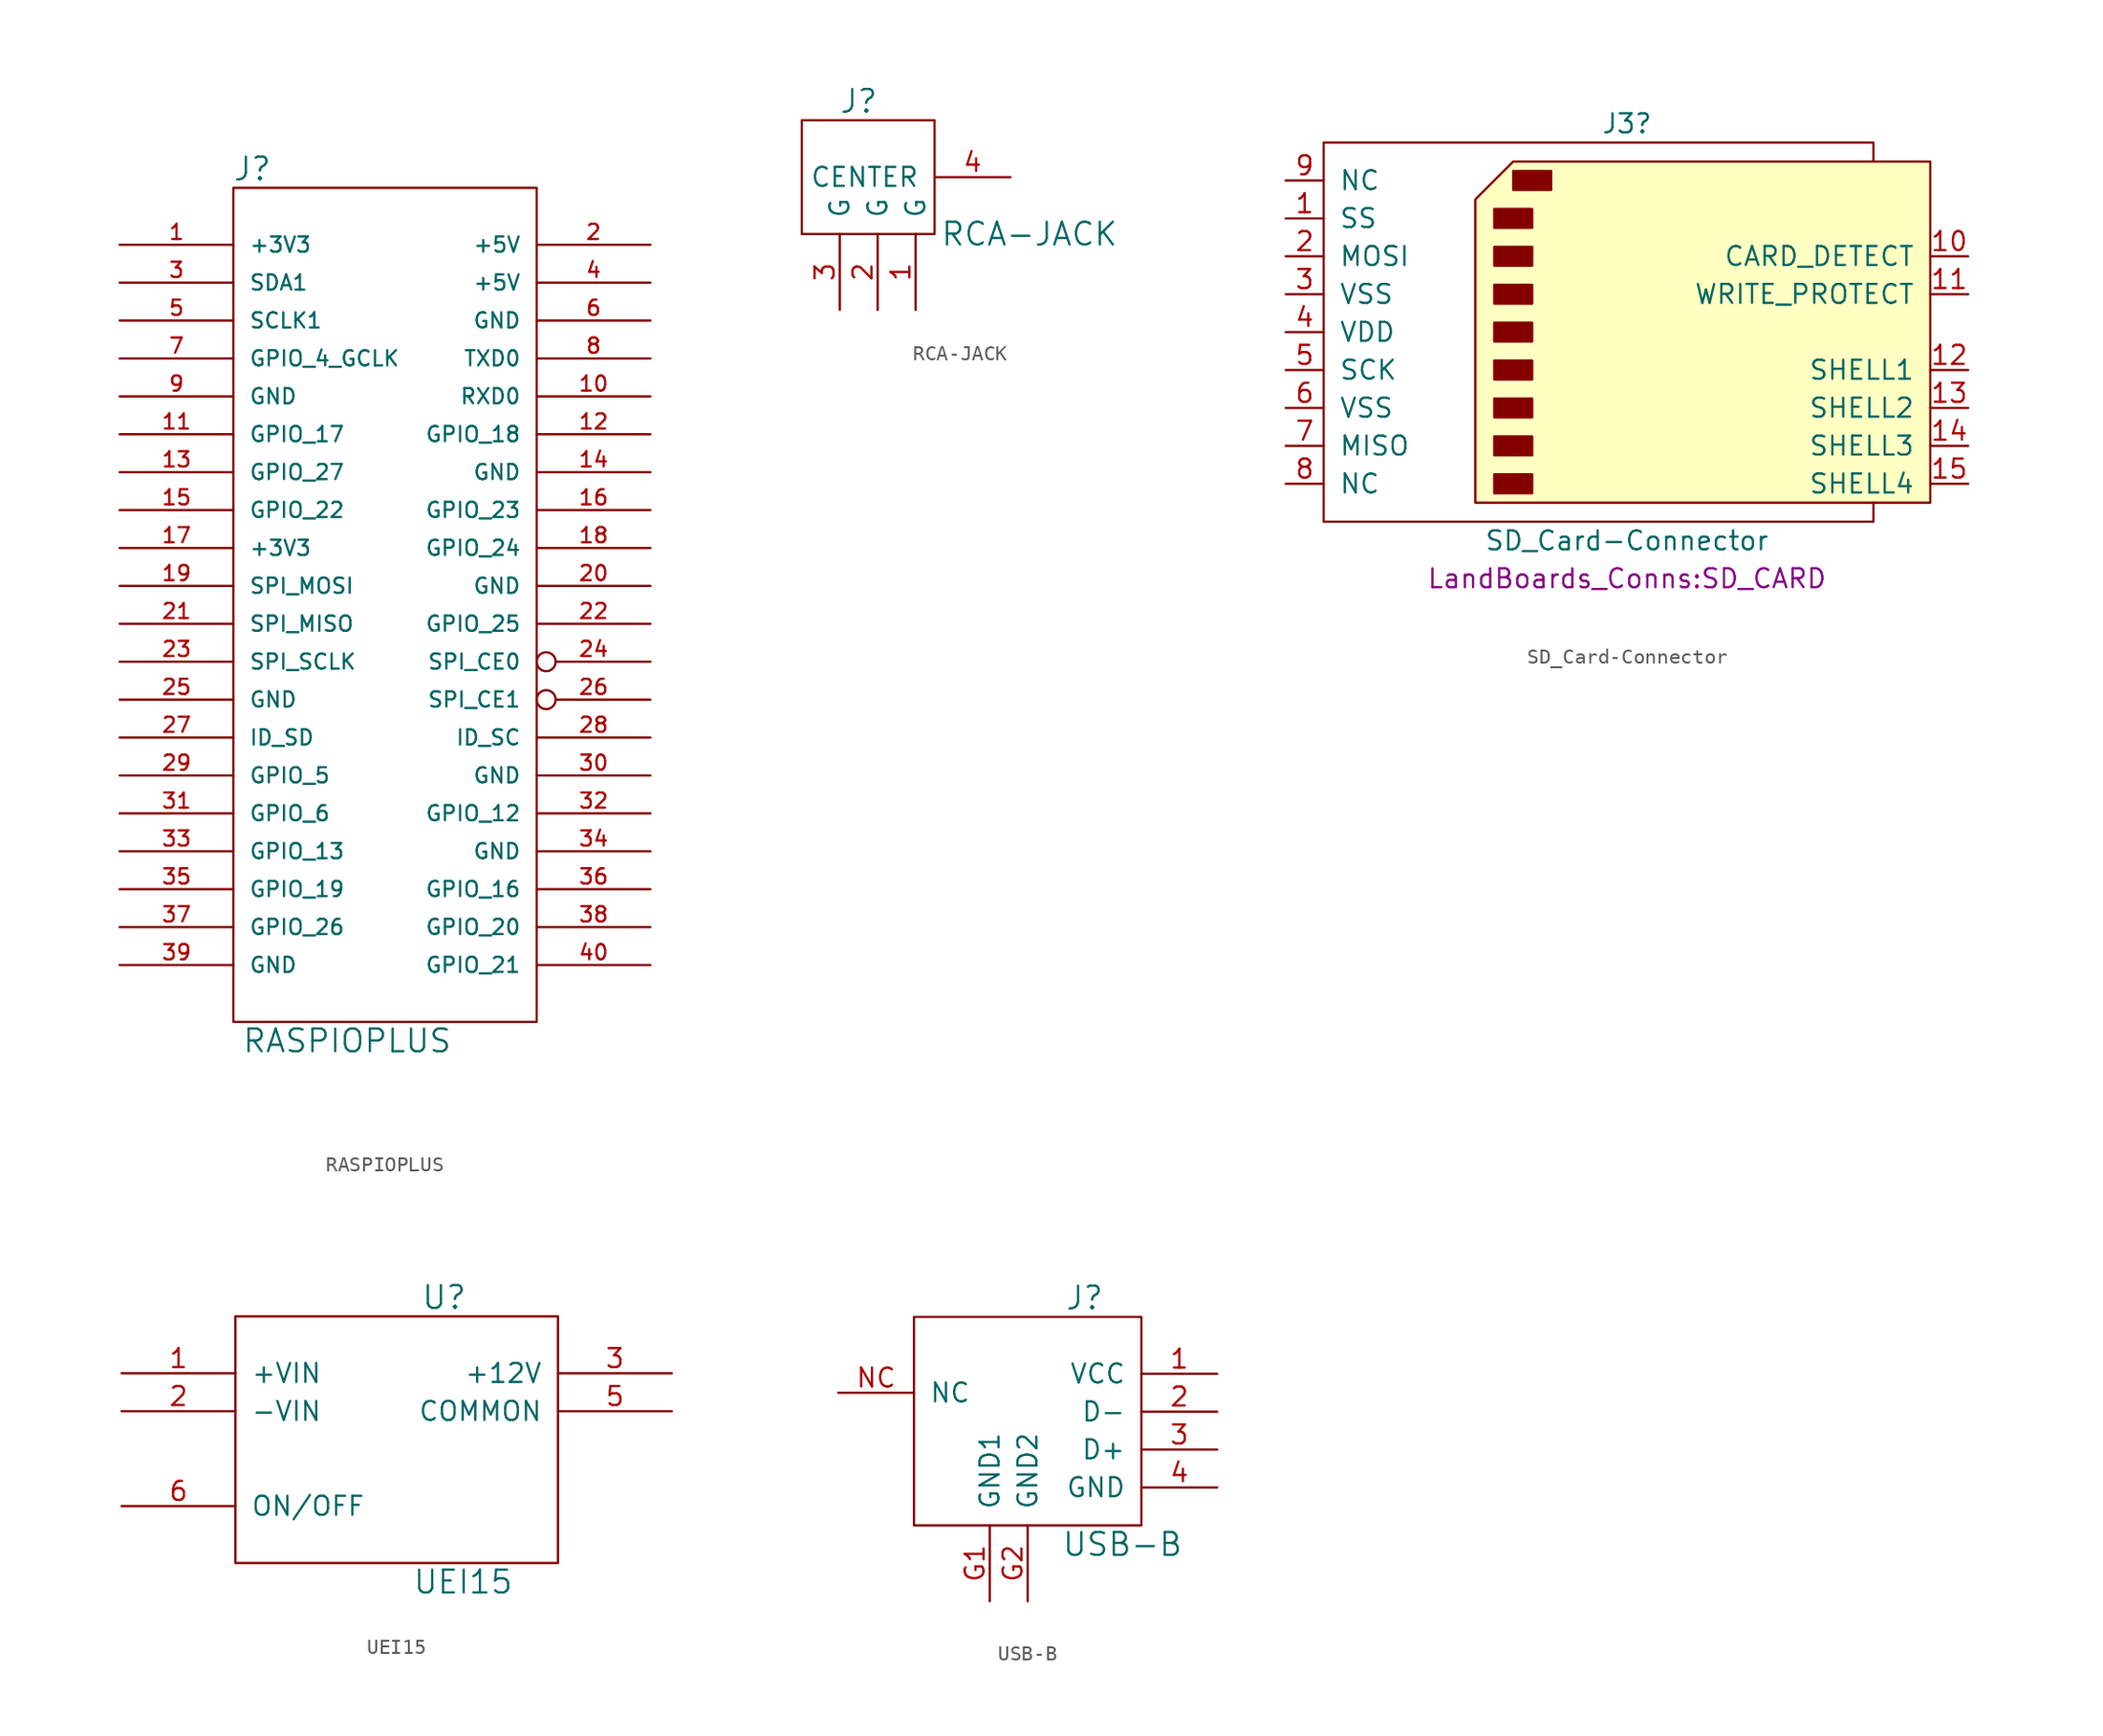
<source format=kicad_sym>
(kicad_symbol_lib
  (version 20211014)
  (generator kicad_symbol_editor)
  (symbol "RASPIOPLUS"
    (pin_names
      (offset 1.016))
    (property "Reference" "J"
      (at -8.89 29.21 0)
      (effects (font (size 1.524 1.524))))
    (property "Value" "RASPIOPLUS"
      (at -2.54 -29.21 0)
      (effects (font (size 1.524 1.524))))
    (property "Footprint" ""
      (at 0 8.89 0)
      (effects (font (size 1.524 1.524))))
    (property "Datasheet" ""
      (at 0 8.89 0)
      (effects (font (size 1.524 1.524))))
    (symbol "RASPIOPLUS_0_1"
      (rectangle (start -10.16 27.94) (end 10.16 -27.94) (stroke (width 0) (type default) (color 0 0 0 0)) (fill (type none))))
    (symbol "RASPIOPLUS_1_1"
      (pin power_out line (at -17.78 24.13 0) (length 7.62) (name "+3V3" (effects (font (size 1.016 1.016)))) (number "1" (effects (font (size 1.016 1.016)))))
      (pin input line (at 17.78 13.97 180) (length 7.62) (name "RXD0" (effects (font (size 1.016 1.016)))) (number "10" (effects (font (size 1.016 1.016)))))
      (pin bidirectional line (at -17.78 11.43 0) (length 7.62) (name "GPIO_17" (effects (font (size 1.016 1.016)))) (number "11" (effects (font (size 1.016 1.016)))))
      (pin bidirectional line (at 17.78 11.43 180) (length 7.62) (name "GPIO_18" (effects (font (size 1.016 1.016)))) (number "12" (effects (font (size 1.016 1.016)))))
      (pin bidirectional line (at -17.78 8.89 0) (length 7.62) (name "GPIO_27" (effects (font (size 1.016 1.016)))) (number "13" (effects (font (size 1.016 1.016)))))
      (pin power_out line (at 17.78 8.89 180) (length 7.62) (name "GND" (effects (font (size 1.016 1.016)))) (number "14" (effects (font (size 1.016 1.016)))))
      (pin bidirectional line (at -17.78 6.35 0) (length 7.62) (name "GPIO_22" (effects (font (size 1.016 1.016)))) (number "15" (effects (font (size 1.016 1.016)))))
      (pin bidirectional line (at 17.78 6.35 180) (length 7.62) (name "GPIO_23" (effects (font (size 1.016 1.016)))) (number "16" (effects (font (size 1.016 1.016)))))
      (pin power_out line (at -17.78 3.81 0) (length 7.62) (name "+3V3" (effects (font (size 1.016 1.016)))) (number "17" (effects (font (size 1.016 1.016)))))
      (pin bidirectional line (at 17.78 3.81 180) (length 7.62) (name "GPIO_24" (effects (font (size 1.016 1.016)))) (number "18" (effects (font (size 1.016 1.016)))))
      (pin output line (at -17.78 1.27 0) (length 7.62) (name "SPI_MOSI" (effects (font (size 1.016 1.016)))) (number "19" (effects (font (size 1.016 1.016)))))
      (pin power_out line (at 17.78 24.13 180) (length 7.62) (name "+5V" (effects (font (size 1.016 1.016)))) (number "2" (effects (font (size 1.016 1.016)))))
      (pin power_out line (at 17.78 1.27 180) (length 7.62) (name "GND" (effects (font (size 1.016 1.016)))) (number "20" (effects (font (size 1.016 1.016)))))
      (pin input line (at -17.78 -1.27 0) (length 7.62) (name "SPI_MISO" (effects (font (size 1.016 1.016)))) (number "21" (effects (font (size 1.016 1.016)))))
      (pin output line (at 17.78 -1.27 180) (length 7.62) (name "GPIO_25" (effects (font (size 1.016 1.016)))) (number "22" (effects (font (size 1.016 1.016)))))
      (pin output line (at -17.78 -3.81 0) (length 7.62) (name "SPI_SCLK" (effects (font (size 1.016 1.016)))) (number "23" (effects (font (size 1.016 1.016)))))
      (pin output inverted (at 17.78 -3.81 180) (length 7.62) (name "SPI_CE0" (effects (font (size 1.016 1.016)))) (number "24" (effects (font (size 1.016 1.016)))))
      (pin power_out line (at -17.78 -6.35 0) (length 7.62) (name "GND" (effects (font (size 1.016 1.016)))) (number "25" (effects (font (size 1.016 1.016)))))
      (pin bidirectional inverted (at 17.78 -6.35 180) (length 7.62) (name "SPI_CE1" (effects (font (size 1.016 1.016)))) (number "26" (effects (font (size 1.016 1.016)))))
      (pin power_out line (at -17.78 -8.89 0) (length 7.62) (name "ID_SD" (effects (font (size 1.016 1.016)))) (number "27" (effects (font (size 1.016 1.016)))))
      (pin bidirectional line (at 17.78 -8.89 180) (length 7.62) (name "ID_SC" (effects (font (size 1.016 1.016)))) (number "28" (effects (font (size 1.016 1.016)))))
      (pin power_out line (at -17.78 -11.43 0) (length 7.62) (name "GPIO_5" (effects (font (size 1.016 1.016)))) (number "29" (effects (font (size 1.016 1.016)))))
      (pin bidirectional line (at -17.78 21.59 0) (length 7.62) (name "SDA1" (effects (font (size 1.016 1.016)))) (number "3" (effects (font (size 1.016 1.016)))))
      (pin power_out line (at 17.78 -11.43 180) (length 7.62) (name "GND" (effects (font (size 1.016 1.016)))) (number "30" (effects (font (size 1.016 1.016)))))
      (pin bidirectional line (at -17.78 -13.97 0) (length 7.62) (name "GPIO_6" (effects (font (size 1.016 1.016)))) (number "31" (effects (font (size 1.016 1.016)))))
      (pin bidirectional line (at 17.78 -13.97 180) (length 7.62) (name "GPIO_12" (effects (font (size 1.016 1.016)))) (number "32" (effects (font (size 1.016 1.016)))))
      (pin bidirectional line (at -17.78 -16.51 0) (length 7.62) (name "GPIO_13" (effects (font (size 1.016 1.016)))) (number "33" (effects (font (size 1.016 1.016)))))
      (pin power_out line (at 17.78 -16.51 180) (length 7.62) (name "GND" (effects (font (size 1.016 1.016)))) (number "34" (effects (font (size 1.016 1.016)))))
      (pin bidirectional line (at -17.78 -19.05 0) (length 7.62) (name "GPIO_19" (effects (font (size 1.016 1.016)))) (number "35" (effects (font (size 1.016 1.016)))))
      (pin bidirectional line (at 17.78 -19.05 180) (length 7.62) (name "GPIO_16" (effects (font (size 1.016 1.016)))) (number "36" (effects (font (size 1.016 1.016)))))
      (pin power_out line (at -17.78 -21.59 0) (length 7.62) (name "GPIO_26" (effects (font (size 1.016 1.016)))) (number "37" (effects (font (size 1.016 1.016)))))
      (pin bidirectional line (at 17.78 -21.59 180) (length 7.62) (name "GPIO_20" (effects (font (size 1.016 1.016)))) (number "38" (effects (font (size 1.016 1.016)))))
      (pin power_out line (at -17.78 -24.13 0) (length 7.62) (name "GND" (effects (font (size 1.016 1.016)))) (number "39" (effects (font (size 1.016 1.016)))))
      (pin power_out line (at 17.78 21.59 180) (length 7.62) (name "+5V" (effects (font (size 1.016 1.016)))) (number "4" (effects (font (size 1.016 1.016)))))
      (pin bidirectional line (at 17.78 -24.13 180) (length 7.62) (name "GPIO_21" (effects (font (size 1.016 1.016)))) (number "40" (effects (font (size 1.016 1.016)))))
      (pin output line (at -17.78 19.05 0) (length 7.62) (name "SCLK1" (effects (font (size 1.016 1.016)))) (number "5" (effects (font (size 1.016 1.016)))))
      (pin power_out line (at 17.78 19.05 180) (length 7.62) (name "GND" (effects (font (size 1.016 1.016)))) (number "6" (effects (font (size 1.016 1.016)))))
      (pin output line (at -17.78 16.51 0) (length 7.62) (name "GPIO_4_GCLK" (effects (font (size 1.016 1.016)))) (number "7" (effects (font (size 1.016 1.016)))))
      (pin output line (at 17.78 16.51 180) (length 7.62) (name "TXD0" (effects (font (size 1.016 1.016)))) (number "8" (effects (font (size 1.016 1.016)))))
      (pin power_out line (at -17.78 13.97 0) (length 7.62) (name "GND" (effects (font (size 1.016 1.016)))) (number "9" (effects (font (size 1.016 1.016)))))))
  (symbol "RCA-JACK"
    (pin_names
      (offset 1.016))
    (property "Reference" "J"
      (at 0 6.35 0)
      (effects (font (size 1.524 1.524))))
    (property "Value" "RCA-JACK"
      (at 11.43 -2.54 0)
      (effects (font (size 1.524 1.524))))
    (property "Footprint" ""
      (at 0 0 0)
      (effects (font (size 1.524 1.524))))
    (property "Datasheet" ""
      (at 0 0 0)
      (effects (font (size 1.524 1.524))))
    (symbol "RCA-JACK_0_1"
      (rectangle (start -3.81 -2.54) (end 5.08 5.08) (stroke (width 0) (type default) (color 0 0 0 0)) (fill (type none))))
    (symbol "RCA-JACK_1_1"
      (pin power_in line (at 3.81 -7.62 90) (length 5.08) (name "G" (effects (font (size 1.27 1.27)))) (number "1" (effects (font (size 1.27 1.27)))))
      (pin power_in line (at 1.27 -7.62 90) (length 5.08) (name "G" (effects (font (size 1.27 1.27)))) (number "2" (effects (font (size 1.27 1.27)))))
      (pin power_in line (at -1.27 -7.62 90) (length 5.08) (name "G" (effects (font (size 1.27 1.27)))) (number "3" (effects (font (size 1.27 1.27)))))
      (pin passive line (at 10.16 1.27 180) (length 5.08) (name "CENTER" (effects (font (size 1.27 1.27)))) (number "4" (effects (font (size 1.27 1.27)))))))
  (symbol "SD_Card-Connector"
    (pin_names
      (offset 1.016))
    (property "Reference" "J3"
      (at 0 13.97 0)
      (effects (font (size 1.27 1.27))))
    (property "Value" "SD_Card-Connector"
      (at 0 -13.97 0)
      (effects (font (size 1.27 1.27))))
    (property "Footprint" "LandBoards_Conns:SD_CARD"
      (at 0 -16.51 0)
      (effects (font (size 1.27 1.27))))
    (symbol "SD_Card-Connector_0_1"
      (rectangle (start -8.89 -9.525) (end -6.35 -10.795) (stroke (width 0) (type default) (color 0 0 0 0)) (fill (type outline)))
      (rectangle (start -8.89 -6.985) (end -6.35 -8.255) (stroke (width 0) (type default) (color 0 0 0 0)) (fill (type outline)))
      (rectangle (start -8.89 -4.445) (end -6.35 -5.715) (stroke (width 0) (type default) (color 0 0 0 0)) (fill (type outline)))
      (rectangle (start -8.89 -1.905) (end -6.35 -3.175) (stroke (width 0) (type default) (color 0 0 0 0)) (fill (type outline)))
      (rectangle (start -8.89 0.635) (end -6.35 -0.635) (stroke (width 0) (type default) (color 0 0 0 0)) (fill (type outline)))
      (rectangle (start -8.89 3.175) (end -6.35 1.905) (stroke (width 0) (type default) (color 0 0 0 0)) (fill (type outline)))
      (rectangle (start -8.89 5.715) (end -6.35 4.445) (stroke (width 0) (type default) (color 0 0 0 0)) (fill (type outline)))
      (rectangle (start -8.89 8.255) (end -6.35 6.985) (stroke (width 0) (type default) (color 0 0 0 0)) (fill (type outline)))
      (rectangle (start -7.62 10.795) (end -5.08 9.525) (stroke (width 0) (type default) (color 0 0 0 0)) (fill (type outline)))
      (polyline (pts (xy -10.16 8.89) (xy -7.62 11.43) (xy 20.32 11.43) (xy 20.32 -11.43) (xy -10.16 -11.43) (xy -10.16 8.89)) (stroke (width 0) (type default) (color 0 0 0 0)) (fill (type background)))
      (polyline (pts (xy 16.51 11.43) (xy 16.51 12.7) (xy -20.32 12.7) (xy -20.32 -12.7) (xy 16.51 -12.7) (xy 16.51 -11.43)) (stroke (width 0) (type default) (color 0 0 0 0)) (fill (type none))))
    (symbol "SD_Card-Connector_1_1"
      (pin input line (at -22.86 7.62 0) (length 2.54) (name "SS" (effects (font (size 1.27 1.27)))) (number "1" (effects (font (size 1.27 1.27)))))
      (pin input line (at 22.86 5.08 180) (length 2.54) (name "CARD_DETECT" (effects (font (size 1.27 1.27)))) (number "10" (effects (font (size 1.27 1.27)))))
      (pin input line (at 22.86 2.54 180) (length 2.54) (name "WRITE_PROTECT" (effects (font (size 1.27 1.27)))) (number "11" (effects (font (size 1.27 1.27)))))
      (pin input line (at 22.86 -2.54 180) (length 2.54) (name "SHELL1" (effects (font (size 1.27 1.27)))) (number "12" (effects (font (size 1.27 1.27)))))
      (pin input line (at 22.86 -5.08 180) (length 2.54) (name "SHELL2" (effects (font (size 1.27 1.27)))) (number "13" (effects (font (size 1.27 1.27)))))
      (pin input line (at 22.86 -7.62 180) (length 2.54) (name "SHELL3" (effects (font (size 1.27 1.27)))) (number "14" (effects (font (size 1.27 1.27)))))
      (pin input line (at 22.86 -10.16 180) (length 2.54) (name "SHELL4" (effects (font (size 1.27 1.27)))) (number "15" (effects (font (size 1.27 1.27)))))
      (pin input line (at -22.86 5.08 0) (length 2.54) (name "MOSI" (effects (font (size 1.27 1.27)))) (number "2" (effects (font (size 1.27 1.27)))))
      (pin power_in line (at -22.86 2.54 0) (length 2.54) (name "VSS" (effects (font (size 1.27 1.27)))) (number "3" (effects (font (size 1.27 1.27)))))
      (pin power_in line (at -22.86 0 0) (length 2.54) (name "VDD" (effects (font (size 1.27 1.27)))) (number "4" (effects (font (size 1.27 1.27)))))
      (pin input line (at -22.86 -2.54 0) (length 2.54) (name "SCK" (effects (font (size 1.27 1.27)))) (number "5" (effects (font (size 1.27 1.27)))))
      (pin power_in line (at -22.86 -5.08 0) (length 2.54) (name "VSS" (effects (font (size 1.27 1.27)))) (number "6" (effects (font (size 1.27 1.27)))))
      (pin input line (at -22.86 -7.62 0) (length 2.54) (name "MISO" (effects (font (size 1.27 1.27)))) (number "7" (effects (font (size 1.27 1.27)))))
      (pin input line (at -22.86 -10.16 0) (length 2.54) (name "NC" (effects (font (size 1.27 1.27)))) (number "8" (effects (font (size 1.27 1.27)))))
      (pin input line (at -22.86 10.16 0) (length 2.54) (name "NC" (effects (font (size 1.27 1.27)))) (number "9" (effects (font (size 1.27 1.27)))))))
  (symbol "UEI15"
    (pin_names
      (offset 1.016))
    (property "Reference" "U"
      (at 3.81 10.16 0)
      (effects (font (size 1.524 1.524))))
    (property "Value" "UEI15"
      (at 5.08 -8.89 0)
      (effects (font (size 1.524 1.524))))
    (property "Footprint" ""
      (at 0 -7.62 0)
      (effects (font (size 1.524 1.524))))
    (property "Datasheet" ""
      (at 0 -7.62 0)
      (effects (font (size 1.524 1.524))))
    (symbol "UEI15_0_1"
      (rectangle (start -10.16 -7.62) (end 11.43 8.89) (stroke (width 0) (type default) (color 0 0 0 0)) (fill (type none))))
    (symbol "UEI15_1_1"
      (pin power_in line (at -17.78 5.08 0) (length 7.62) (name "+VIN" (effects (font (size 1.27 1.27)))) (number "1" (effects (font (size 1.27 1.27)))))
      (pin power_in line (at -17.78 2.54 0) (length 7.62) (name "-VIN" (effects (font (size 1.27 1.27)))) (number "2" (effects (font (size 1.27 1.27)))))
      (pin power_out line (at 19.05 5.08 180) (length 7.62) (name "+12V" (effects (font (size 1.27 1.27)))) (number "3" (effects (font (size 1.27 1.27)))))
      (pin power_out line (at 19.05 2.54 180) (length 7.62) (name "COMMON" (effects (font (size 1.27 1.27)))) (number "5" (effects (font (size 1.27 1.27)))))
      (pin input line (at -17.78 -3.81 0) (length 7.62) (name "ON/OFF" (effects (font (size 1.27 1.27)))) (number "6" (effects (font (size 1.27 1.27)))))))
  (symbol "USB-B"
    (pin_names
      (offset 1.016))
    (property "Reference" "J"
      (at 2.54 19.05 0)
      (effects (font (size 1.524 1.524))))
    (property "Value" "USB-B"
      (at 5.08 2.54 0)
      (effects (font (size 1.524 1.524))))
    (property "Footprint" ""
      (at 0 0 0)
      (effects (font (size 1.524 1.524))))
    (property "Datasheet" ""
      (at 0 0 0)
      (effects (font (size 1.524 1.524))))
    (symbol "USB-B_0_1"
      (rectangle (start -8.89 3.81) (end 6.35 17.78) (stroke (width 0) (type default) (color 0 0 0 0)) (fill (type none))))
    (symbol "USB-B_1_1"
      (pin power_out line (at 11.43 13.97 180) (length 5.08) (name "VCC" (effects (font (size 1.27 1.27)))) (number "1" (effects (font (size 1.27 1.27)))))
      (pin bidirectional line (at 11.43 11.43 180) (length 5.08) (name "D-" (effects (font (size 1.27 1.27)))) (number "2" (effects (font (size 1.27 1.27)))))
      (pin bidirectional line (at 11.43 8.89 180) (length 5.08) (name "D+" (effects (font (size 1.27 1.27)))) (number "3" (effects (font (size 1.27 1.27)))))
      (pin power_out line (at 11.43 6.35 180) (length 5.08) (name "GND" (effects (font (size 1.27 1.27)))) (number "4" (effects (font (size 1.27 1.27)))))
      (pin passive line (at -3.81 -1.27 90) (length 5.08) (name "GND1" (effects (font (size 1.27 1.27)))) (number "G1" (effects (font (size 1.27 1.27)))))
      (pin passive line (at -1.27 -1.27 90) (length 5.08) (name "GND2" (effects (font (size 1.27 1.27)))) (number "G2" (effects (font (size 1.27 1.27)))))
      (pin power_in line (at -13.97 12.7 0) (length 5.08) (name "NC" (effects (font (size 1.27 1.27)))) (number "NC" (effects (font (size 1.27 1.27))))))))
</source>
